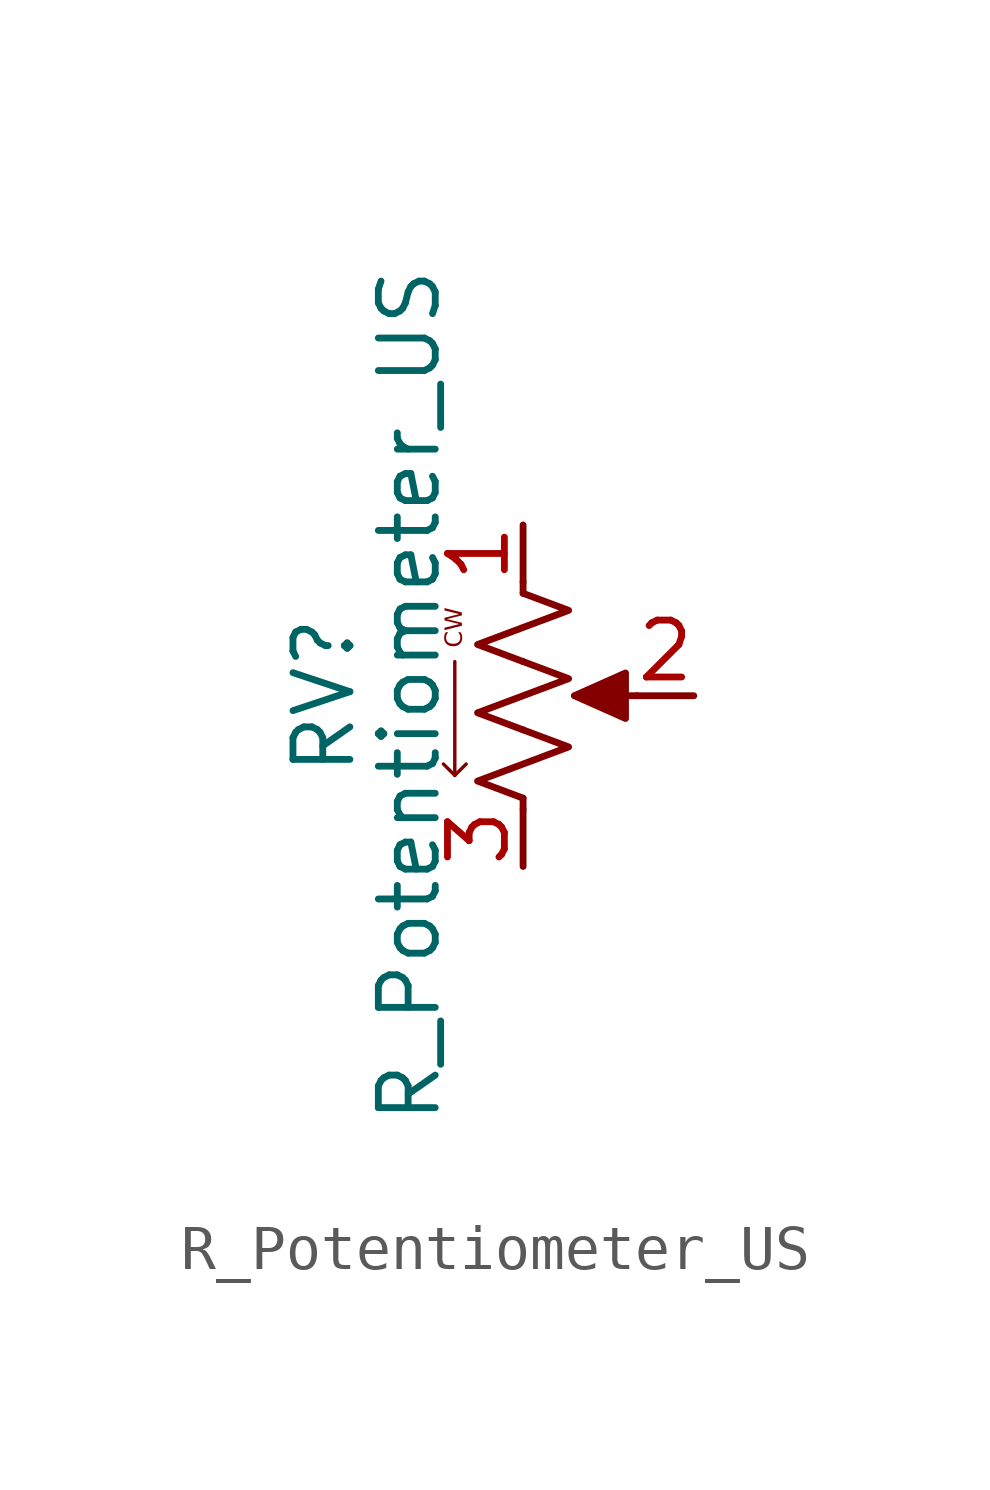
<source format=kicad_sym>
(kicad_symbol_lib
  (version 20241209)
  (generator "kicad_symbol_editor")
  (generator_version "9.0")
  (symbol "R_Potentiometer_US"
    (pin_names
      (offset 1.016)
      (hide yes))
    (property "Reference" "RV"
      (at -4.445 0 90)
      (effects (font (size 1.27 1.27))))
    (property "Value" "R_Potentiometer_US"
      (at -2.54 0 90)
      (effects (font (size 1.27 1.27))))
    (symbol "R_Potentiometer_US_0_1"
      (polyline (pts (xy -1.524 -1.778) (xy -1.778 -1.524)) (stroke (width 0.076) (type default)) (fill (type none)))
      (polyline (pts (xy -1.524 -1.778) (xy -1.27 -1.524)) (stroke (width 0.076) (type default)) (fill (type none)))
      (polyline (pts (xy 0 2.54) (xy 0 2.286)) (stroke (width 0) (type default)) (fill (type none)))
      (polyline (pts (xy 0 2.286) (xy 1.016 1.905) (xy 0 1.524) (xy -1.016 1.143) (xy 0 0.762)) (stroke (width 0) (type default)) (fill (type none)))
      (polyline (pts (xy 0 0.762) (xy 1.016 0.381) (xy 0 0) (xy -1.016 -0.381) (xy 0 -0.762)) (stroke (width 0) (type default)) (fill (type none)))
      (polyline (pts (xy 0 -0.762) (xy 1.016 -1.143) (xy 0 -1.524) (xy -1.016 -1.905) (xy 0 -2.286)) (stroke (width 0) (type default)) (fill (type none)))
      (polyline (pts (xy 0 -2.286) (xy 0 -2.54)) (stroke (width 0) (type default)) (fill (type none)))
      (polyline (pts (xy 1.143 0) (xy 2.286 0.508) (xy 2.286 -0.508) (xy 1.143 0)) (stroke (width 0) (type default)) (fill (type outline)))
      (polyline (pts (xy 2.54 0) (xy 1.524 0)) (stroke (width 0) (type default)) (fill (type none))))
    (symbol "R_Potentiometer_US_1_1"
      (polyline (pts (xy -1.524 -1.778) (xy -1.524 0.762)) (stroke (width 0.076) (type default)) (fill (type none)))
      (text "CW\n" (at -1.524 1.524 900) (effects (font (face "Arial") (size 0.381 0.381))))
      (pin passive line (at 0 3.81 270) (length 1.27) (name "1" (effects (font (size 1.27 1.27)))) (number "1" (effects (font (size 1.27 1.27)))))
      (pin passive line (at 0 -3.81 90) (length 1.27) (name "3" (effects (font (size 1.27 1.27)))) (number "3" (effects (font (size 1.27 1.27)))))
      (pin passive line (at 3.81 0 180) (length 1.27) (name "2" (effects (font (size 1.27 1.27)))) (number "2" (effects (font (size 1.27 1.27))))))))
</source>
